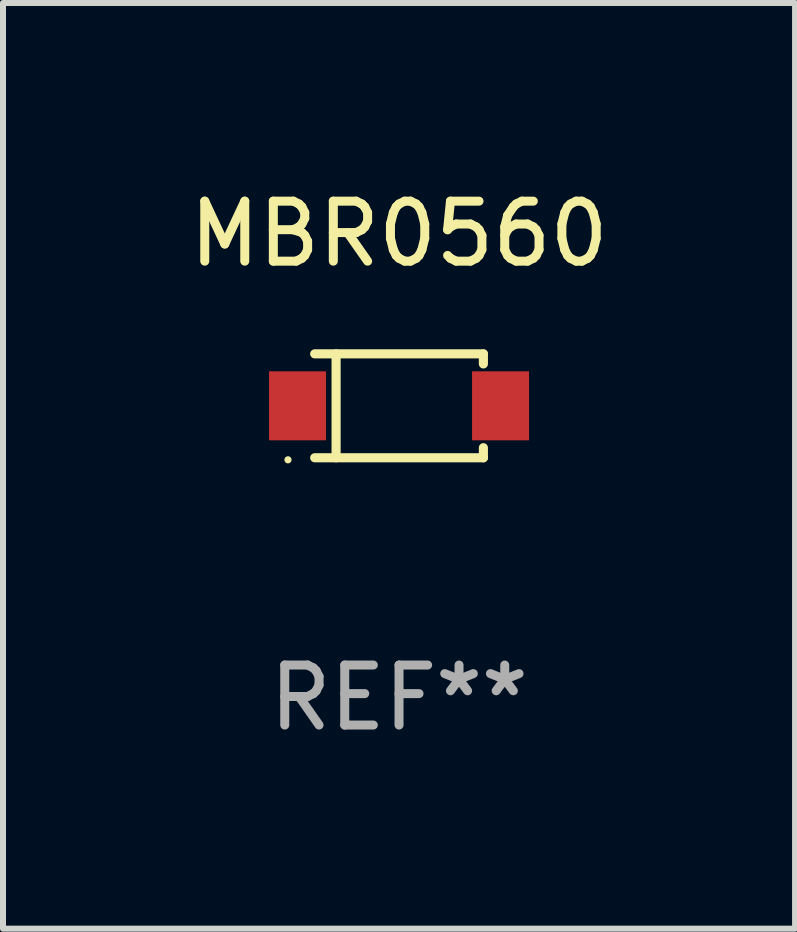
<source format=kicad_pcb>
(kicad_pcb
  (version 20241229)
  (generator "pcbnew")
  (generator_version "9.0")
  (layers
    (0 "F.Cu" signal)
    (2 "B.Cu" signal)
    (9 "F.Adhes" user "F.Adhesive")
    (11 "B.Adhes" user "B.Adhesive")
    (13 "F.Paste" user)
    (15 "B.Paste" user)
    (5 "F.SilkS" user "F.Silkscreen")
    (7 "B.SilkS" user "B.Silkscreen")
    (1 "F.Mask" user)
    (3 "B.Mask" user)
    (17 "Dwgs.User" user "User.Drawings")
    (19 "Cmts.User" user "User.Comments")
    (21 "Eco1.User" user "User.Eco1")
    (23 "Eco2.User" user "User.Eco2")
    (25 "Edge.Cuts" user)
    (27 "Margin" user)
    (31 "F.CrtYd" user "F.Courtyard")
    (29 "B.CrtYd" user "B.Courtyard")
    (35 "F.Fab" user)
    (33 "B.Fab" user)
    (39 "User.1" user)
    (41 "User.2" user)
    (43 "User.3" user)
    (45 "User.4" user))
  (footprint "MBR0560"
    (layer "F.Cu")
    (at 3.601 3.714)
    (property "Reference" "MBR0560" (at 0 -2.866 0) (layer "F.SilkS") (effects (font (size 1 1) (thickness 0.15))))
    (attr through_hole)
    (fp_line (start -1.406 -0.866) (end 1.406 -0.866) (stroke (width 0.152) (type solid)) (layer "F.SilkS"))
    (fp_line (start -1.406 0.866) (end 1.406 0.866) (stroke (width 0.152) (type solid)) (layer "F.SilkS"))
    (fp_line (start -1.049 -0.866) (end -1.049 0.866) (stroke (width 0.152) (type solid)) (layer "F.SilkS"))
    (fp_line (start 1.406 -0.866) (end 1.406 -0.698) (stroke (width 0.152) (type solid)) (layer "F.SilkS"))
    (fp_line (start 1.406 0.866) (end 1.406 0.698) (stroke (width 0.152) (type solid)) (layer "F.SilkS"))
    (fp_circle (center -1.851 0.9) (end -1.821 0.9) (stroke (width 0.06) (type solid)) (fill no) (layer "F.SilkS"))
    (fp_text user "REF**" (at 0 4.866 0) (layer "F.Fab") (effects (font (size 1 1) (thickness 0.15))))
    (pad "1" smd rect (at -1.692 0) (size 0.95 1.15) (layers "F.Cu" "F.Mask" "F.Paste"))
    (pad "2" smd rect (at 1.692 0) (size 0.95 1.15) (layers "F.Cu" "F.Mask" "F.Paste")))
  (gr_rect
    (start -3 -3)
    (end 10.202 12.429)
    (stroke (width 0.1) (type default))
    (fill no)
    (layer "Edge.Cuts")))
</source>
